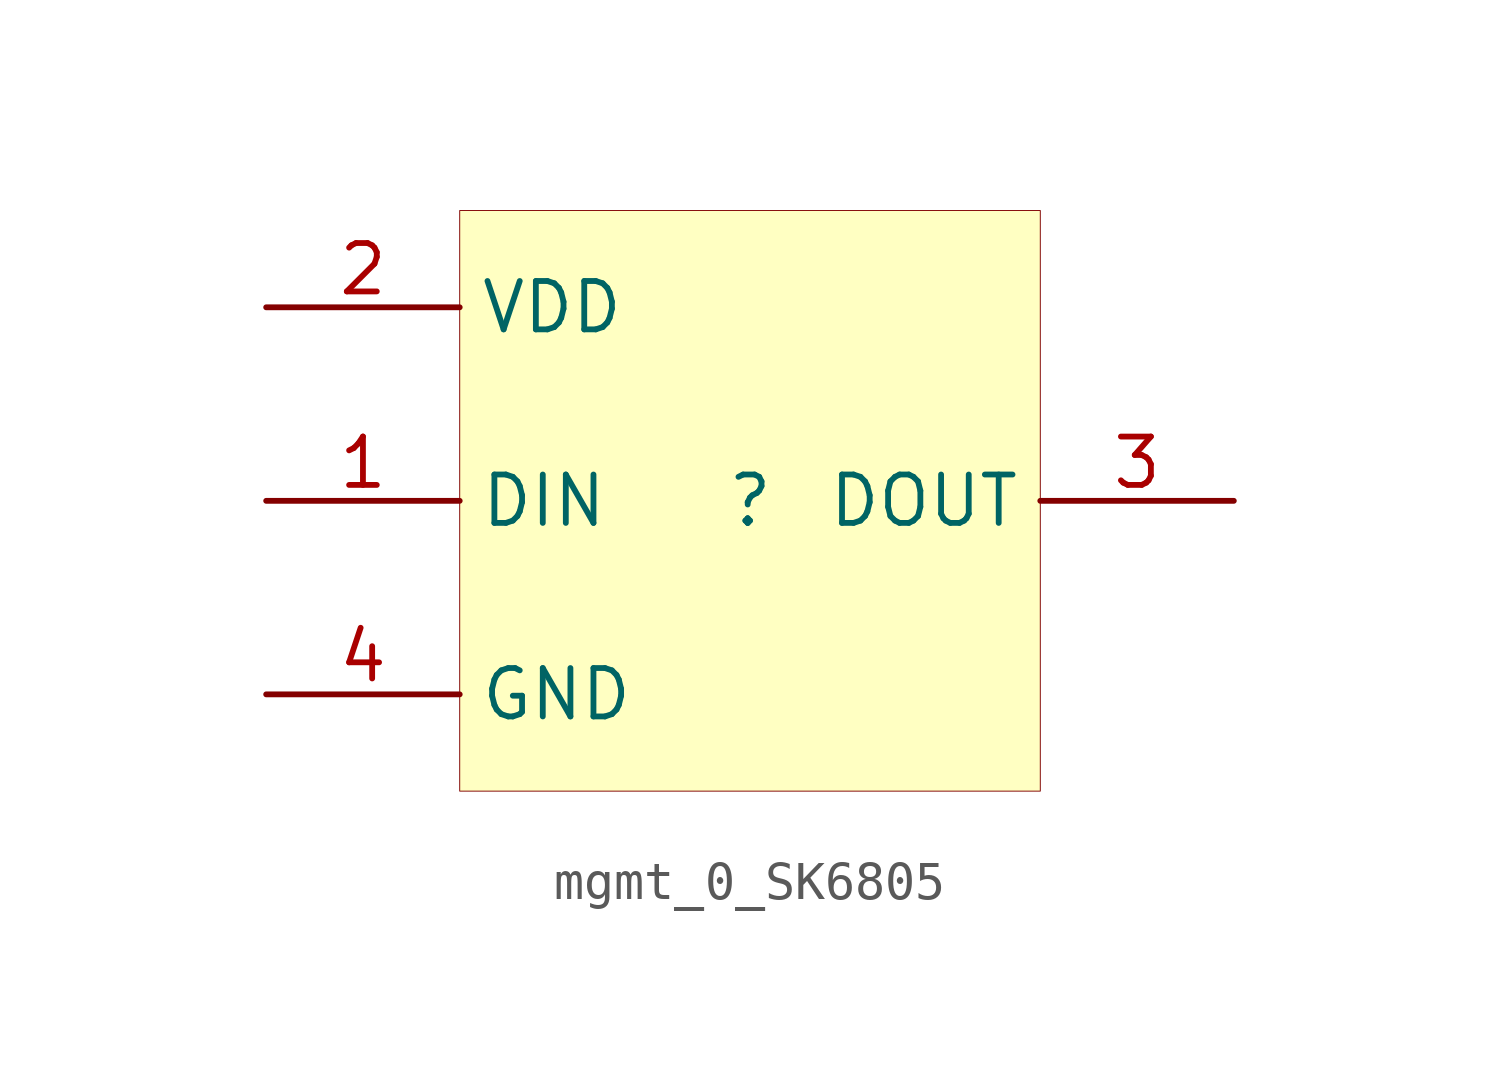
<source format=kicad_sym>
(kicad_symbol_lib
  (version 20231120)
  (generator "kicad_symbol_editor")
  (generator_version "7.99")
  (symbol "mgmt_0_SK6805"
    (property "Reference" ""
      (at 0 0 0)
      (effects (font (size 1.27 1.27))))
    (property "Value" ""
      (at 0 0 0)
      (effects (font (size 1.27 1.27))))
    (symbol "mgmt_0_SK6805_1_0"
      (rectangle (start 7.62 7.62) (end -7.62 -7.62) (stroke (width 0.025) (type solid) (color 128 0 0 1)) (fill (type background)))
      (pin passive line (at -12.7 0 0) (length 5.08) (name "DIN" (effects (font (size 1.27 1.27)))) (number "1" (effects (font (size 1.27 1.27)))))
      (pin passive line (at -12.7 5.08 0) (length 5.08) (name "VDD" (effects (font (size 1.27 1.27)))) (number "2" (effects (font (size 1.27 1.27)))))
      (pin passive line (at 12.7 0 180) (length 5.08) (name "DOUT" (effects (font (size 1.27 1.27)))) (number "3" (effects (font (size 1.27 1.27)))))
      (pin passive line (at -12.7 -5.08 0) (length 5.08) (name "GND" (effects (font (size 1.27 1.27)))) (number "4" (effects (font (size 1.27 1.27))))))))
</source>
